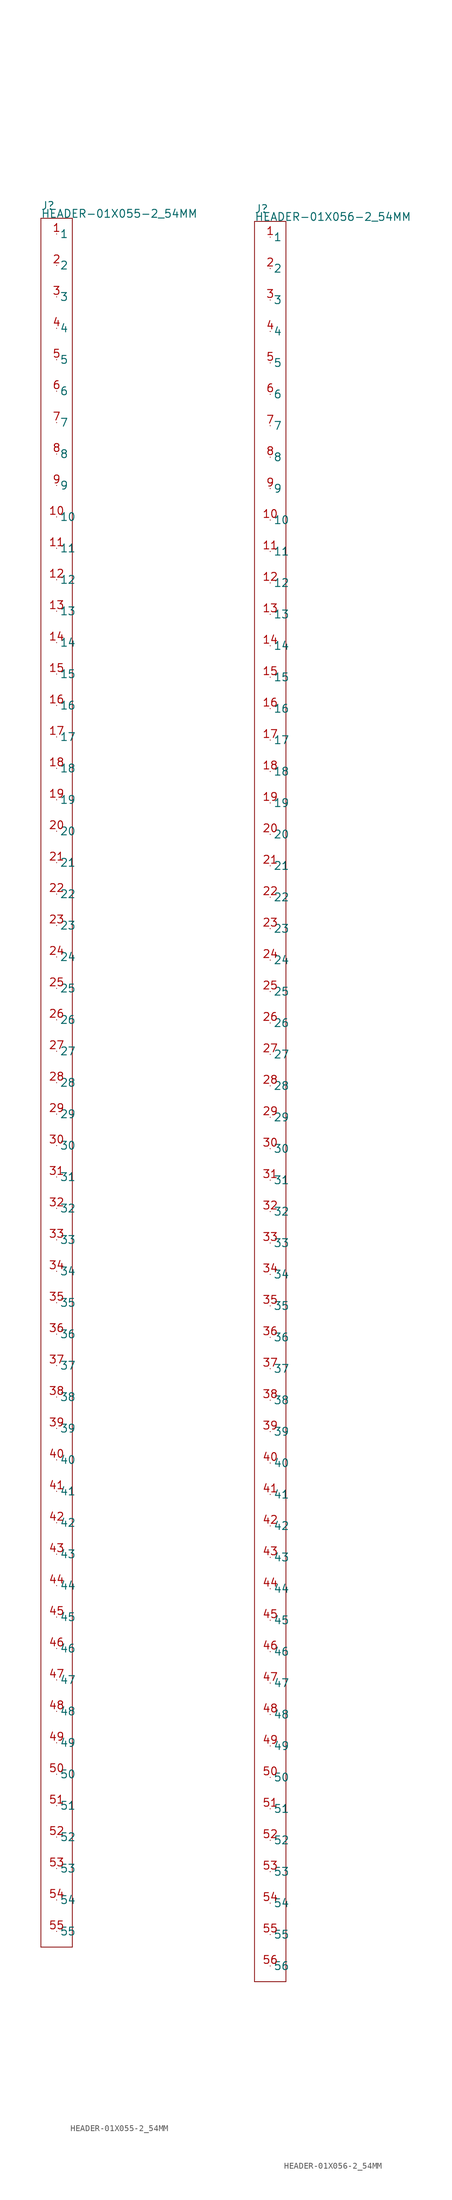
<source format=kicad_sym>
(kicad_symbol_lib
  (version 20211014)
  (generator kicad_symbol_editor)
  (symbol "HEADER-01X055-2_54MM"
    (pin_names)
    (property "Reference" "J"
      (at -2.54 140.97 0)
      (effects (font (size 1.27 1.27)) (justify left bottom)))
    (property "Value" "HEADER-01X055-2_54MM"
      (at -2.54 139.7 0)
      (effects (font (size 1.27 1.27)) (justify left bottom)))
    (property "Datasheet" ""
      (at 0 0 0))
    (property "ki_description" "Header 1x55  - Header Vertical 55POS 2.54MM Technical Specifications: Pitch: 0.1\" (2.54mm) "
      (at 0 0 0))
    (property "ki_fp_filters" "FlashPCB_Connectors:HEADER-THT-01X055-2_54MM FlashPCB_Connectors:HEADER-THT-LONG-01X055-2_54MM FlashPCB_Connectors:HEADER-THT-NOSILK-01X055-2_54MM FlashPCB_Connectors:HEADER-THT-LONG-NOSILK-01X055-2_54MM"
      (at 0 0 0))
    (symbol "HEADER-01X055-2_54MM_1_1"
      (polyline (pts (xy -2.54 139.7) (xy 2.54 139.7)) (stroke (width 0.127)) (fill (type none)))
      (polyline (pts (xy 2.54 139.7) (xy 2.54 -139.7)) (stroke (width 0.127)) (fill (type none)))
      (polyline (pts (xy 2.54 -139.7) (xy -2.54 -139.7)) (stroke (width 0.127)) (fill (type none)))
      (polyline (pts (xy -2.54 -139.7) (xy -2.54 139.7)) (stroke (width 0.127)) (fill (type none)))
      (pin bidirectional line (at 0 137.16 0) (length 0) (name "1" (effects (font (size 1.27 1.27)))) (number "1" (effects (font (size 1.27 1.27)))))
      (pin bidirectional line (at 0 132.08 0) (length 0) (name "2" (effects (font (size 1.27 1.27)))) (number "2" (effects (font (size 1.27 1.27)))))
      (pin bidirectional line (at 0 127 0) (length 0) (name "3" (effects (font (size 1.27 1.27)))) (number "3" (effects (font (size 1.27 1.27)))))
      (pin bidirectional line (at 0 121.92 0) (length 0) (name "4" (effects (font (size 1.27 1.27)))) (number "4" (effects (font (size 1.27 1.27)))))
      (pin bidirectional line (at 0 116.84 0) (length 0) (name "5" (effects (font (size 1.27 1.27)))) (number "5" (effects (font (size 1.27 1.27)))))
      (pin bidirectional line (at 0 111.76 0) (length 0) (name "6" (effects (font (size 1.27 1.27)))) (number "6" (effects (font (size 1.27 1.27)))))
      (pin bidirectional line (at 0 106.68 0) (length 0) (name "7" (effects (font (size 1.27 1.27)))) (number "7" (effects (font (size 1.27 1.27)))))
      (pin bidirectional line (at 0 101.6 0) (length 0) (name "8" (effects (font (size 1.27 1.27)))) (number "8" (effects (font (size 1.27 1.27)))))
      (pin bidirectional line (at 0 96.52 0) (length 0) (name "9" (effects (font (size 1.27 1.27)))) (number "9" (effects (font (size 1.27 1.27)))))
      (pin bidirectional line (at 0 91.44 0) (length 0) (name "10" (effects (font (size 1.27 1.27)))) (number "10" (effects (font (size 1.27 1.27)))))
      (pin bidirectional line (at 0 86.36 0) (length 0) (name "11" (effects (font (size 1.27 1.27)))) (number "11" (effects (font (size 1.27 1.27)))))
      (pin bidirectional line (at 0 81.28 0) (length 0) (name "12" (effects (font (size 1.27 1.27)))) (number "12" (effects (font (size 1.27 1.27)))))
      (pin bidirectional line (at 0 76.2 0) (length 0) (name "13" (effects (font (size 1.27 1.27)))) (number "13" (effects (font (size 1.27 1.27)))))
      (pin bidirectional line (at 0 71.12 0) (length 0) (name "14" (effects (font (size 1.27 1.27)))) (number "14" (effects (font (size 1.27 1.27)))))
      (pin bidirectional line (at 0 66.04 0) (length 0) (name "15" (effects (font (size 1.27 1.27)))) (number "15" (effects (font (size 1.27 1.27)))))
      (pin bidirectional line (at 0 60.96 0) (length 0) (name "16" (effects (font (size 1.27 1.27)))) (number "16" (effects (font (size 1.27 1.27)))))
      (pin bidirectional line (at 0 55.88 0) (length 0) (name "17" (effects (font (size 1.27 1.27)))) (number "17" (effects (font (size 1.27 1.27)))))
      (pin bidirectional line (at 0 50.8 0) (length 0) (name "18" (effects (font (size 1.27 1.27)))) (number "18" (effects (font (size 1.27 1.27)))))
      (pin bidirectional line (at 0 45.72 0) (length 0) (name "19" (effects (font (size 1.27 1.27)))) (number "19" (effects (font (size 1.27 1.27)))))
      (pin bidirectional line (at 0 40.64 0) (length 0) (name "20" (effects (font (size 1.27 1.27)))) (number "20" (effects (font (size 1.27 1.27)))))
      (pin bidirectional line (at 0 35.56 0) (length 0) (name "21" (effects (font (size 1.27 1.27)))) (number "21" (effects (font (size 1.27 1.27)))))
      (pin bidirectional line (at 0 30.48 0) (length 0) (name "22" (effects (font (size 1.27 1.27)))) (number "22" (effects (font (size 1.27 1.27)))))
      (pin bidirectional line (at 0 25.4 0) (length 0) (name "23" (effects (font (size 1.27 1.27)))) (number "23" (effects (font (size 1.27 1.27)))))
      (pin bidirectional line (at 0 20.32 0) (length 0) (name "24" (effects (font (size 1.27 1.27)))) (number "24" (effects (font (size 1.27 1.27)))))
      (pin bidirectional line (at 0 15.24 0) (length 0) (name "25" (effects (font (size 1.27 1.27)))) (number "25" (effects (font (size 1.27 1.27)))))
      (pin bidirectional line (at 0 10.16 0) (length 0) (name "26" (effects (font (size 1.27 1.27)))) (number "26" (effects (font (size 1.27 1.27)))))
      (pin bidirectional line (at 0 5.08 0) (length 0) (name "27" (effects (font (size 1.27 1.27)))) (number "27" (effects (font (size 1.27 1.27)))))
      (pin bidirectional line (at 0 0 0) (length 0) (name "28" (effects (font (size 1.27 1.27)))) (number "28" (effects (font (size 1.27 1.27)))))
      (pin bidirectional line (at 0 -5.08 0) (length 0) (name "29" (effects (font (size 1.27 1.27)))) (number "29" (effects (font (size 1.27 1.27)))))
      (pin bidirectional line (at 0 -10.16 0) (length 0) (name "30" (effects (font (size 1.27 1.27)))) (number "30" (effects (font (size 1.27 1.27)))))
      (pin bidirectional line (at 0 -15.24 0) (length 0) (name "31" (effects (font (size 1.27 1.27)))) (number "31" (effects (font (size 1.27 1.27)))))
      (pin bidirectional line (at 0 -20.32 0) (length 0) (name "32" (effects (font (size 1.27 1.27)))) (number "32" (effects (font (size 1.27 1.27)))))
      (pin bidirectional line (at 0 -25.4 0) (length 0) (name "33" (effects (font (size 1.27 1.27)))) (number "33" (effects (font (size 1.27 1.27)))))
      (pin bidirectional line (at 0 -30.48 0) (length 0) (name "34" (effects (font (size 1.27 1.27)))) (number "34" (effects (font (size 1.27 1.27)))))
      (pin bidirectional line (at 0 -35.56 0) (length 0) (name "35" (effects (font (size 1.27 1.27)))) (number "35" (effects (font (size 1.27 1.27)))))
      (pin bidirectional line (at 0 -40.64 0) (length 0) (name "36" (effects (font (size 1.27 1.27)))) (number "36" (effects (font (size 1.27 1.27)))))
      (pin bidirectional line (at 0 -45.72 0) (length 0) (name "37" (effects (font (size 1.27 1.27)))) (number "37" (effects (font (size 1.27 1.27)))))
      (pin bidirectional line (at 0 -50.8 0) (length 0) (name "38" (effects (font (size 1.27 1.27)))) (number "38" (effects (font (size 1.27 1.27)))))
      (pin bidirectional line (at 0 -55.88 0) (length 0) (name "39" (effects (font (size 1.27 1.27)))) (number "39" (effects (font (size 1.27 1.27)))))
      (pin bidirectional line (at 0 -60.96 0) (length 0) (name "40" (effects (font (size 1.27 1.27)))) (number "40" (effects (font (size 1.27 1.27)))))
      (pin bidirectional line (at 0 -66.04 0) (length 0) (name "41" (effects (font (size 1.27 1.27)))) (number "41" (effects (font (size 1.27 1.27)))))
      (pin bidirectional line (at 0 -71.12 0) (length 0) (name "42" (effects (font (size 1.27 1.27)))) (number "42" (effects (font (size 1.27 1.27)))))
      (pin bidirectional line (at 0 -76.2 0) (length 0) (name "43" (effects (font (size 1.27 1.27)))) (number "43" (effects (font (size 1.27 1.27)))))
      (pin bidirectional line (at 0 -81.28 0) (length 0) (name "44" (effects (font (size 1.27 1.27)))) (number "44" (effects (font (size 1.27 1.27)))))
      (pin bidirectional line (at 0 -86.36 0) (length 0) (name "45" (effects (font (size 1.27 1.27)))) (number "45" (effects (font (size 1.27 1.27)))))
      (pin bidirectional line (at 0 -91.44 0) (length 0) (name "46" (effects (font (size 1.27 1.27)))) (number "46" (effects (font (size 1.27 1.27)))))
      (pin bidirectional line (at 0 -96.52 0) (length 0) (name "47" (effects (font (size 1.27 1.27)))) (number "47" (effects (font (size 1.27 1.27)))))
      (pin bidirectional line (at 0 -101.6 0) (length 0) (name "48" (effects (font (size 1.27 1.27)))) (number "48" (effects (font (size 1.27 1.27)))))
      (pin bidirectional line (at 0 -106.68 0) (length 0) (name "49" (effects (font (size 1.27 1.27)))) (number "49" (effects (font (size 1.27 1.27)))))
      (pin bidirectional line (at 0 -111.76 0) (length 0) (name "50" (effects (font (size 1.27 1.27)))) (number "50" (effects (font (size 1.27 1.27)))))
      (pin bidirectional line (at 0 -116.84 0) (length 0) (name "51" (effects (font (size 1.27 1.27)))) (number "51" (effects (font (size 1.27 1.27)))))
      (pin bidirectional line (at 0 -121.92 0) (length 0) (name "52" (effects (font (size 1.27 1.27)))) (number "52" (effects (font (size 1.27 1.27)))))
      (pin bidirectional line (at 0 -127 0) (length 0) (name "53" (effects (font (size 1.27 1.27)))) (number "53" (effects (font (size 1.27 1.27)))))
      (pin bidirectional line (at 0 -132.08 0) (length 0) (name "54" (effects (font (size 1.27 1.27)))) (number "54" (effects (font (size 1.27 1.27)))))
      (pin bidirectional line (at 0 -137.16 0) (length 0) (name "55" (effects (font (size 1.27 1.27)))) (number "55" (effects (font (size 1.27 1.27)))))))
  (symbol "HEADER-01X056-2_54MM"
    (pin_names)
    (property "Reference" "J"
      (at -2.54 143.51 0)
      (effects (font (size 1.27 1.27)) (justify left bottom)))
    (property "Value" "HEADER-01X056-2_54MM"
      (at -2.54 142.24 0)
      (effects (font (size 1.27 1.27)) (justify left bottom)))
    (property "Datasheet" ""
      (at 0 0 0))
    (property "ki_description" "Header 1x56  - Header Vertical 56POS 2.54MM Technical Specifications: Pitch: 0.1\" (2.54mm) "
      (at 0 0 0))
    (property "ki_fp_filters" "FlashPCB_Connectors:HEADER-THT-01X056-2_54MM FlashPCB_Connectors:HEADER-THT-LONG-01X056-2_54MM FlashPCB_Connectors:HEADER-THT-NOSILK-01X056-2_54MM FlashPCB_Connectors:HEADER-THT-LONG-NOSILK-01X056-2_54MM"
      (at 0 0 0))
    (symbol "HEADER-01X056-2_54MM_1_1"
      (polyline (pts (xy -2.54 142.24) (xy 2.54 142.24)) (stroke (width 0.127)) (fill (type none)))
      (polyline (pts (xy 2.54 142.24) (xy 2.54 -142.24)) (stroke (width 0.127)) (fill (type none)))
      (polyline (pts (xy 2.54 -142.24) (xy -2.54 -142.24)) (stroke (width 0.127)) (fill (type none)))
      (polyline (pts (xy -2.54 -142.24) (xy -2.54 142.24)) (stroke (width 0.127)) (fill (type none)))
      (pin bidirectional line (at 0 139.7 0) (length 0) (name "1" (effects (font (size 1.27 1.27)))) (number "1" (effects (font (size 1.27 1.27)))))
      (pin bidirectional line (at 0 134.62 0) (length 0) (name "2" (effects (font (size 1.27 1.27)))) (number "2" (effects (font (size 1.27 1.27)))))
      (pin bidirectional line (at 0 129.54 0) (length 0) (name "3" (effects (font (size 1.27 1.27)))) (number "3" (effects (font (size 1.27 1.27)))))
      (pin bidirectional line (at 0 124.46 0) (length 0) (name "4" (effects (font (size 1.27 1.27)))) (number "4" (effects (font (size 1.27 1.27)))))
      (pin bidirectional line (at 0 119.38 0) (length 0) (name "5" (effects (font (size 1.27 1.27)))) (number "5" (effects (font (size 1.27 1.27)))))
      (pin bidirectional line (at 0 114.3 0) (length 0) (name "6" (effects (font (size 1.27 1.27)))) (number "6" (effects (font (size 1.27 1.27)))))
      (pin bidirectional line (at 0 109.22 0) (length 0) (name "7" (effects (font (size 1.27 1.27)))) (number "7" (effects (font (size 1.27 1.27)))))
      (pin bidirectional line (at 0 104.14 0) (length 0) (name "8" (effects (font (size 1.27 1.27)))) (number "8" (effects (font (size 1.27 1.27)))))
      (pin bidirectional line (at 0 99.06 0) (length 0) (name "9" (effects (font (size 1.27 1.27)))) (number "9" (effects (font (size 1.27 1.27)))))
      (pin bidirectional line (at 0 93.98 0) (length 0) (name "10" (effects (font (size 1.27 1.27)))) (number "10" (effects (font (size 1.27 1.27)))))
      (pin bidirectional line (at 0 88.9 0) (length 0) (name "11" (effects (font (size 1.27 1.27)))) (number "11" (effects (font (size 1.27 1.27)))))
      (pin bidirectional line (at 0 83.82 0) (length 0) (name "12" (effects (font (size 1.27 1.27)))) (number "12" (effects (font (size 1.27 1.27)))))
      (pin bidirectional line (at 0 78.74 0) (length 0) (name "13" (effects (font (size 1.27 1.27)))) (number "13" (effects (font (size 1.27 1.27)))))
      (pin bidirectional line (at 0 73.66 0) (length 0) (name "14" (effects (font (size 1.27 1.27)))) (number "14" (effects (font (size 1.27 1.27)))))
      (pin bidirectional line (at 0 68.58 0) (length 0) (name "15" (effects (font (size 1.27 1.27)))) (number "15" (effects (font (size 1.27 1.27)))))
      (pin bidirectional line (at 0 63.5 0) (length 0) (name "16" (effects (font (size 1.27 1.27)))) (number "16" (effects (font (size 1.27 1.27)))))
      (pin bidirectional line (at 0 58.42 0) (length 0) (name "17" (effects (font (size 1.27 1.27)))) (number "17" (effects (font (size 1.27 1.27)))))
      (pin bidirectional line (at 0 53.34 0) (length 0) (name "18" (effects (font (size 1.27 1.27)))) (number "18" (effects (font (size 1.27 1.27)))))
      (pin bidirectional line (at 0 48.26 0) (length 0) (name "19" (effects (font (size 1.27 1.27)))) (number "19" (effects (font (size 1.27 1.27)))))
      (pin bidirectional line (at 0 43.18 0) (length 0) (name "20" (effects (font (size 1.27 1.27)))) (number "20" (effects (font (size 1.27 1.27)))))
      (pin bidirectional line (at 0 38.1 0) (length 0) (name "21" (effects (font (size 1.27 1.27)))) (number "21" (effects (font (size 1.27 1.27)))))
      (pin bidirectional line (at 0 33.02 0) (length 0) (name "22" (effects (font (size 1.27 1.27)))) (number "22" (effects (font (size 1.27 1.27)))))
      (pin bidirectional line (at 0 27.94 0) (length 0) (name "23" (effects (font (size 1.27 1.27)))) (number "23" (effects (font (size 1.27 1.27)))))
      (pin bidirectional line (at 0 22.86 0) (length 0) (name "24" (effects (font (size 1.27 1.27)))) (number "24" (effects (font (size 1.27 1.27)))))
      (pin bidirectional line (at 0 17.78 0) (length 0) (name "25" (effects (font (size 1.27 1.27)))) (number "25" (effects (font (size 1.27 1.27)))))
      (pin bidirectional line (at 0 12.7 0) (length 0) (name "26" (effects (font (size 1.27 1.27)))) (number "26" (effects (font (size 1.27 1.27)))))
      (pin bidirectional line (at 0 7.62 0) (length 0) (name "27" (effects (font (size 1.27 1.27)))) (number "27" (effects (font (size 1.27 1.27)))))
      (pin bidirectional line (at 0 2.54 0) (length 0) (name "28" (effects (font (size 1.27 1.27)))) (number "28" (effects (font (size 1.27 1.27)))))
      (pin bidirectional line (at 0 -2.54 0) (length 0) (name "29" (effects (font (size 1.27 1.27)))) (number "29" (effects (font (size 1.27 1.27)))))
      (pin bidirectional line (at 0 -7.62 0) (length 0) (name "30" (effects (font (size 1.27 1.27)))) (number "30" (effects (font (size 1.27 1.27)))))
      (pin bidirectional line (at 0 -12.7 0) (length 0) (name "31" (effects (font (size 1.27 1.27)))) (number "31" (effects (font (size 1.27 1.27)))))
      (pin bidirectional line (at 0 -17.78 0) (length 0) (name "32" (effects (font (size 1.27 1.27)))) (number "32" (effects (font (size 1.27 1.27)))))
      (pin bidirectional line (at 0 -22.86 0) (length 0) (name "33" (effects (font (size 1.27 1.27)))) (number "33" (effects (font (size 1.27 1.27)))))
      (pin bidirectional line (at 0 -27.94 0) (length 0) (name "34" (effects (font (size 1.27 1.27)))) (number "34" (effects (font (size 1.27 1.27)))))
      (pin bidirectional line (at 0 -33.02 0) (length 0) (name "35" (effects (font (size 1.27 1.27)))) (number "35" (effects (font (size 1.27 1.27)))))
      (pin bidirectional line (at 0 -38.1 0) (length 0) (name "36" (effects (font (size 1.27 1.27)))) (number "36" (effects (font (size 1.27 1.27)))))
      (pin bidirectional line (at 0 -43.18 0) (length 0) (name "37" (effects (font (size 1.27 1.27)))) (number "37" (effects (font (size 1.27 1.27)))))
      (pin bidirectional line (at 0 -48.26 0) (length 0) (name "38" (effects (font (size 1.27 1.27)))) (number "38" (effects (font (size 1.27 1.27)))))
      (pin bidirectional line (at 0 -53.34 0) (length 0) (name "39" (effects (font (size 1.27 1.27)))) (number "39" (effects (font (size 1.27 1.27)))))
      (pin bidirectional line (at 0 -58.42 0) (length 0) (name "40" (effects (font (size 1.27 1.27)))) (number "40" (effects (font (size 1.27 1.27)))))
      (pin bidirectional line (at 0 -63.5 0) (length 0) (name "41" (effects (font (size 1.27 1.27)))) (number "41" (effects (font (size 1.27 1.27)))))
      (pin bidirectional line (at 0 -68.58 0) (length 0) (name "42" (effects (font (size 1.27 1.27)))) (number "42" (effects (font (size 1.27 1.27)))))
      (pin bidirectional line (at 0 -73.66 0) (length 0) (name "43" (effects (font (size 1.27 1.27)))) (number "43" (effects (font (size 1.27 1.27)))))
      (pin bidirectional line (at 0 -78.74 0) (length 0) (name "44" (effects (font (size 1.27 1.27)))) (number "44" (effects (font (size 1.27 1.27)))))
      (pin bidirectional line (at 0 -83.82 0) (length 0) (name "45" (effects (font (size 1.27 1.27)))) (number "45" (effects (font (size 1.27 1.27)))))
      (pin bidirectional line (at 0 -88.9 0) (length 0) (name "46" (effects (font (size 1.27 1.27)))) (number "46" (effects (font (size 1.27 1.27)))))
      (pin bidirectional line (at 0 -93.98 0) (length 0) (name "47" (effects (font (size 1.27 1.27)))) (number "47" (effects (font (size 1.27 1.27)))))
      (pin bidirectional line (at 0 -99.06 0) (length 0) (name "48" (effects (font (size 1.27 1.27)))) (number "48" (effects (font (size 1.27 1.27)))))
      (pin bidirectional line (at 0 -104.14 0) (length 0) (name "49" (effects (font (size 1.27 1.27)))) (number "49" (effects (font (size 1.27 1.27)))))
      (pin bidirectional line (at 0 -109.22 0) (length 0) (name "50" (effects (font (size 1.27 1.27)))) (number "50" (effects (font (size 1.27 1.27)))))
      (pin bidirectional line (at 0 -114.3 0) (length 0) (name "51" (effects (font (size 1.27 1.27)))) (number "51" (effects (font (size 1.27 1.27)))))
      (pin bidirectional line (at 0 -119.38 0) (length 0) (name "52" (effects (font (size 1.27 1.27)))) (number "52" (effects (font (size 1.27 1.27)))))
      (pin bidirectional line (at 0 -124.46 0) (length 0) (name "53" (effects (font (size 1.27 1.27)))) (number "53" (effects (font (size 1.27 1.27)))))
      (pin bidirectional line (at 0 -129.54 0) (length 0) (name "54" (effects (font (size 1.27 1.27)))) (number "54" (effects (font (size 1.27 1.27)))))
      (pin bidirectional line (at 0 -134.62 0) (length 0) (name "55" (effects (font (size 1.27 1.27)))) (number "55" (effects (font (size 1.27 1.27)))))
      (pin bidirectional line (at 0 -139.7 0) (length 0) (name "56" (effects (font (size 1.27 1.27)))) (number "56" (effects (font (size 1.27 1.27))))))))
</source>
